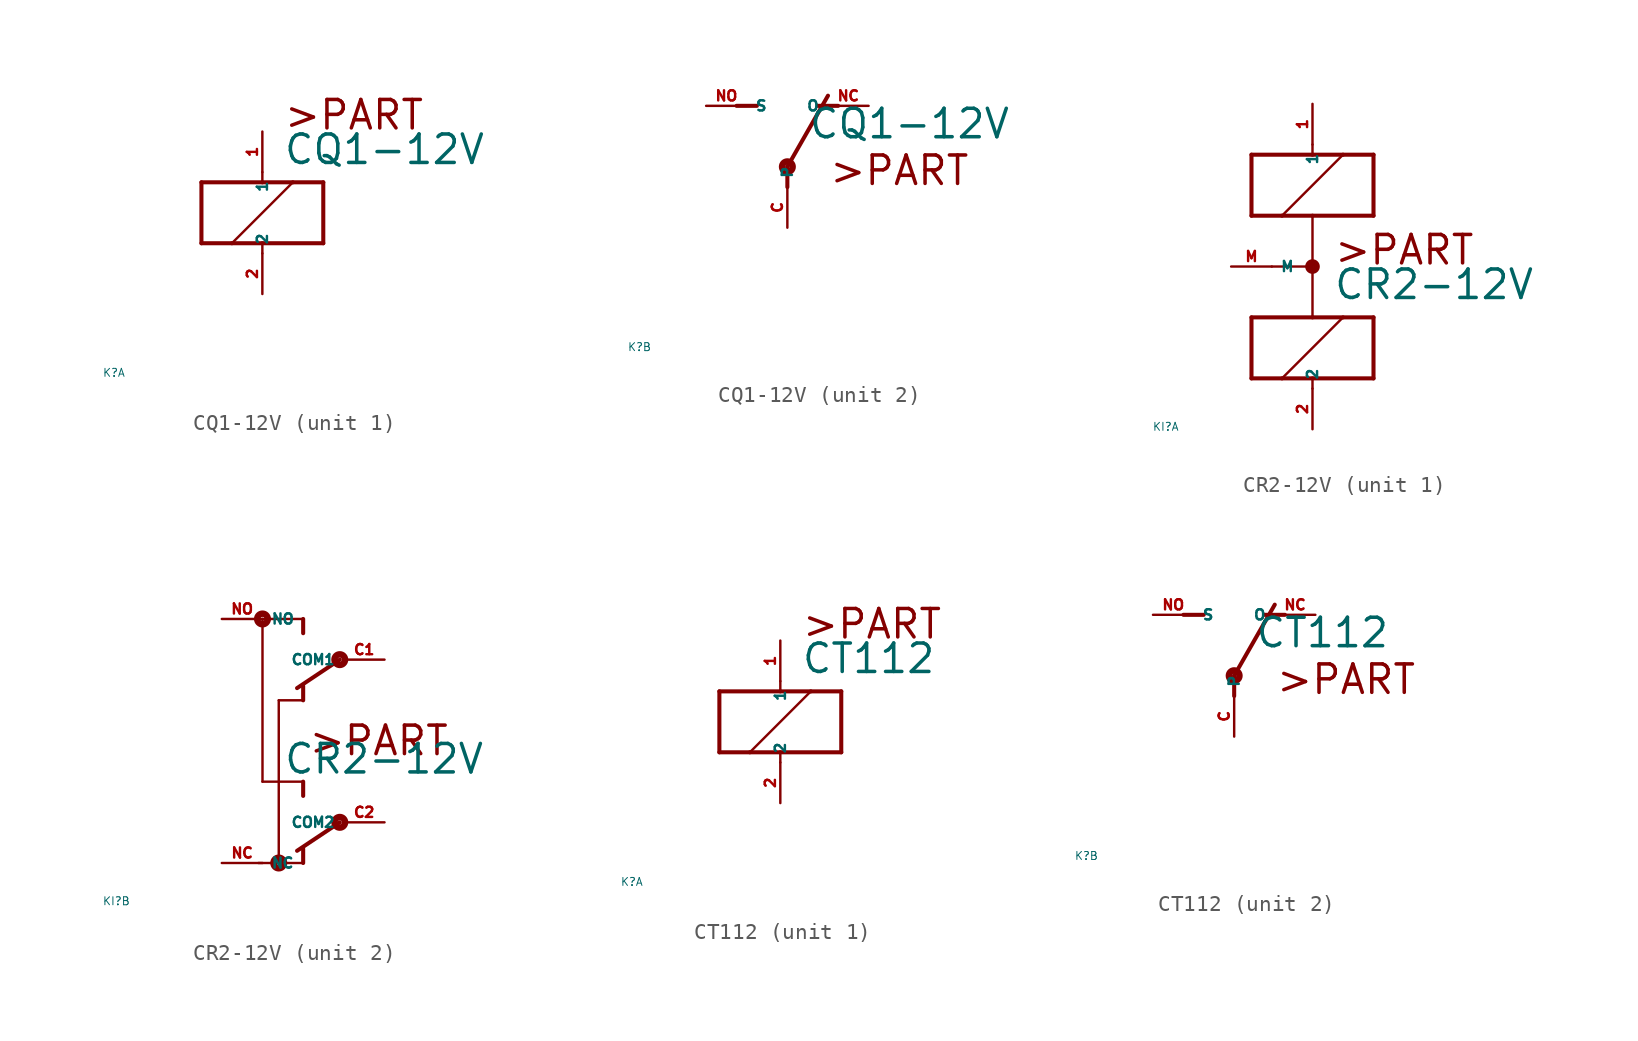
<source format=kicad_sym>
(kicad_symbol_lib
  (version 20220914)
  (generator Eagle2Kicad)
  (symbol "CQ1-12V"
    (property "Reference" "K"
      (at -10 -10 0)
      (effects (font (size 0.5 0.5) (thickness 0.06)) (justify left)))
    (property "Value" "CQ1-12V"
      (at 1.27 2.921 0)
      (effects (font (size 1.778 1.778) (thickness 0.22)) (justify left bottom)))
    (symbol "CQ1-12V_1_0"
      (polyline (pts (xy -3.81 -1.905) (xy -1.905 -1.905)) (stroke (width 0.254) (type default)) (fill (type none)))
      (polyline (pts (xy 3.81 -1.905) (xy 3.81 1.905)) (stroke (width 0.254) (type default)) (fill (type none)))
      (polyline (pts (xy 3.81 1.905) (xy 1.905 1.905)) (stroke (width 0.254) (type default)) (fill (type none)))
      (polyline (pts (xy -3.81 1.905) (xy -3.81 -1.905)) (stroke (width 0.254) (type default)) (fill (type none)))
      (polyline (pts (xy 0 -2.54) (xy 0 -1.905)) (stroke (width 0.152) (type default)) (fill (type none)))
      (polyline (pts (xy 0 -1.905) (xy 3.81 -1.905)) (stroke (width 0.254) (type default)) (fill (type none)))
      (polyline (pts (xy 0 2.54) (xy 0 1.905)) (stroke (width 0.152) (type default)) (fill (type none)))
      (polyline (pts (xy 0 1.905) (xy -3.81 1.905)) (stroke (width 0.254) (type default)) (fill (type none)))
      (polyline (pts (xy -1.905 -1.905) (xy 1.905 1.905)) (stroke (width 0.152) (type default)) (fill (type none)))
      (polyline (pts (xy -1.905 -1.905) (xy 0 -1.905)) (stroke (width 0.254) (type default)) (fill (type none)))
      (polyline (pts (xy 1.905 1.905) (xy 0 1.905)) (stroke (width 0.254) (type default)) (fill (type none)))
      (text ">PART" (at 1.27 5.08 0) (effects (font (size 1.778 1.778) (thickness 0.22)) (justify left bottom)))
      (pin passive line (at 0 -5.08 90) (length 2.54) (name "2" (effects (font (size 0.635 0.635) (thickness 0.08)) (justify left bottom))) (number "2" (effects (font (size 0.635 0.635) (thickness 0.08)) (justify left bottom))))
      (pin passive line (at 0 5.08 270) (length 2.54) (name "1" (effects (font (size 0.635 0.635) (thickness 0.08)) (justify left bottom))) (number "1" (effects (font (size 0.635 0.635) (thickness 0.08)) (justify left bottom)))))
    (symbol "CQ1-12V_2_0"
      (polyline (pts (xy 3.175 5.08) (xy 1.905 5.08)) (stroke (width 0.254) (type default)) (fill (type none)))
      (polyline (pts (xy -3.175 5.08) (xy -1.905 5.08)) (stroke (width 0.254) (type default)) (fill (type none)))
      (polyline (pts (xy 0 1.27) (xy 2.54 5.715)) (stroke (width 0.254) (type default)) (fill (type none)))
      (polyline (pts (xy 0 1.27) (xy 0 0)) (stroke (width 0.254) (type default)) (fill (type none)))
      (text ">PART" (at 2.54 0 0) (effects (font (size 1.778 1.778) (thickness 0.22)) (justify left bottom)))
      (circle (center 0 1.27) (radius 0.127) (stroke (width 0.406) (type default)) (fill (type none)))
      (pin passive line (at 5.08 5.08 180) (length 2.54) (name "O" (effects (font (size 0.635 0.635) (thickness 0.08)) (justify left bottom))) (number "NC" (effects (font (size 0.635 0.635) (thickness 0.08)) (justify left bottom))))
      (pin passive line (at -5.08 5.08 0) (length 2.54) (name "S" (effects (font (size 0.635 0.635) (thickness 0.08)) (justify left bottom))) (number "NO" (effects (font (size 0.635 0.635) (thickness 0.08)) (justify left bottom))))
      (pin passive line (at 0 -2.54 90) (length 2.54) (name "P" (effects (font (size 0.635 0.635) (thickness 0.08)) (justify left bottom))) (number "C" (effects (font (size 0.635 0.635) (thickness 0.08)) (justify left bottom))))))
  (symbol "CR2-12V"
    (property "Reference" "KI"
      (at -10 -10 0)
      (effects (font (size 0.5 0.5) (thickness 0.06)) (justify left)))
    (property "Value" "CR2-12V"
      (at 1.27 -2.159 0)
      (effects (font (size 1.778 1.778) (thickness 0.22)) (justify left bottom)))
    (symbol "CR2-12V_1_0"
      (polyline (pts (xy -3.81 3.175) (xy -1.905 3.175)) (stroke (width 0.254) (type default)) (fill (type none)))
      (polyline (pts (xy 3.81 3.175) (xy 3.81 6.985)) (stroke (width 0.254) (type default)) (fill (type none)))
      (polyline (pts (xy 3.81 6.985) (xy 1.905 6.985)) (stroke (width 0.254) (type default)) (fill (type none)))
      (polyline (pts (xy -3.81 6.985) (xy -3.81 3.175)) (stroke (width 0.254) (type default)) (fill (type none)))
      (polyline (pts (xy 0 3.175) (xy 3.81 3.175)) (stroke (width 0.254) (type default)) (fill (type none)))
      (polyline (pts (xy 0 7.62) (xy 0 6.985)) (stroke (width 0.152) (type default)) (fill (type none)))
      (polyline (pts (xy 0 6.985) (xy -3.81 6.985)) (stroke (width 0.254) (type default)) (fill (type none)))
      (polyline (pts (xy -1.905 3.175) (xy 1.905 6.985)) (stroke (width 0.152) (type default)) (fill (type none)))
      (polyline (pts (xy -1.905 3.175) (xy 0 3.175)) (stroke (width 0.254) (type default)) (fill (type none)))
      (polyline (pts (xy 1.905 6.985) (xy 0 6.985)) (stroke (width 0.254) (type default)) (fill (type none)))
      (polyline (pts (xy -3.81 -6.985) (xy -1.905 -6.985)) (stroke (width 0.254) (type default)) (fill (type none)))
      (polyline (pts (xy 3.81 -6.985) (xy 3.81 -3.175)) (stroke (width 0.254) (type default)) (fill (type none)))
      (polyline (pts (xy 3.81 -3.175) (xy 1.905 -3.175)) (stroke (width 0.254) (type default)) (fill (type none)))
      (polyline (pts (xy -3.81 -3.175) (xy -3.81 -6.985)) (stroke (width 0.254) (type default)) (fill (type none)))
      (polyline (pts (xy 0 -7.62) (xy 0 -6.985)) (stroke (width 0.152) (type default)) (fill (type none)))
      (polyline (pts (xy 0 -6.985) (xy 3.81 -6.985)) (stroke (width 0.254) (type default)) (fill (type none)))
      (polyline (pts (xy 0 -3.175) (xy -3.81 -3.175)) (stroke (width 0.254) (type default)) (fill (type none)))
      (polyline (pts (xy -1.905 -6.985) (xy 1.905 -3.175)) (stroke (width 0.152) (type default)) (fill (type none)))
      (polyline (pts (xy -1.905 -6.985) (xy 0 -6.985)) (stroke (width 0.254) (type default)) (fill (type none)))
      (polyline (pts (xy 1.905 -3.175) (xy 0 -3.175)) (stroke (width 0.254) (type default)) (fill (type none)))
      (polyline (pts (xy -2.54 0) (xy 0 0)) (stroke (width 0.152) (type default)) (fill (type none)))
      (polyline (pts (xy 0 0) (xy 0 3.175)) (stroke (width 0.152) (type default)) (fill (type none)))
      (polyline (pts (xy 0 0) (xy 0 -3.175)) (stroke (width 0.152) (type default)) (fill (type none)))
      (text ">PART" (at 1.27 0 0) (effects (font (size 1.778 1.778) (thickness 0.22)) (justify left bottom)))
      (circle (center 0 0) (radius 0.254) (stroke (width 0.406) (type default)) (fill (type none)))
      (pin passive line (at -5.08 0 0) (length 2.54) (name "M" (effects (font (size 0.635 0.635) (thickness 0.08)) (justify left bottom))) (number "M" (effects (font (size 0.635 0.635) (thickness 0.08)) (justify left bottom))))
      (pin passive line (at 0 10.16 270) (length 2.54) (name "1" (effects (font (size 0.635 0.635) (thickness 0.08)) (justify left bottom))) (number "1" (effects (font (size 0.635 0.635) (thickness 0.08)) (justify left bottom))))
      (pin passive line (at 0 -10.16 90) (length 2.54) (name "2" (effects (font (size 0.635 0.635) (thickness 0.08)) (justify left bottom))) (number "2" (effects (font (size 0.635 0.635) (thickness 0.08)) (justify left bottom)))))
    (symbol "CR2-12V_2_0"
      (polyline (pts (xy 2.54 2.54) (xy 2.54 3.429)) (stroke (width 0.254) (type default)) (fill (type none)))
      (polyline (pts (xy 4.826 -5.08) (xy 2.159 -6.858)) (stroke (width 0.254) (type default)) (fill (type none)))
      (polyline (pts (xy 4.826 5.08) (xy 2.159 3.302)) (stroke (width 0.254) (type default)) (fill (type none)))
      (polyline (pts (xy 2.54 -7.62) (xy 1.016 -7.62)) (stroke (width 0.152) (type default)) (fill (type none)))
      (polyline (pts (xy 1.016 -7.62) (xy 1.016 2.54)) (stroke (width 0.152) (type default)) (fill (type none)))
      (polyline (pts (xy 1.016 2.54) (xy 2.54 2.54)) (stroke (width 0.152) (type default)) (fill (type none)))
      (polyline (pts (xy 2.54 -7.62) (xy 2.54 -6.731)) (stroke (width 0.254) (type default)) (fill (type none)))
      (polyline (pts (xy 2.54 -2.54) (xy 2.54 -3.429)) (stroke (width 0.254) (type default)) (fill (type none)))
      (polyline (pts (xy 2.54 7.62) (xy 0 7.62)) (stroke (width 0.152) (type default)) (fill (type none)))
      (polyline (pts (xy 0 7.62) (xy 0 -2.54)) (stroke (width 0.152) (type default)) (fill (type none)))
      (polyline (pts (xy 0 -2.54) (xy 2.54 -2.54)) (stroke (width 0.152) (type default)) (fill (type none)))
      (polyline (pts (xy 2.54 7.62) (xy 2.54 6.731)) (stroke (width 0.254) (type default)) (fill (type none)))
      (polyline (pts (xy 1.016 -7.62) (xy -0.254 -7.62)) (stroke (width 0.152) (type default)) (fill (type none)))
      (text ">PART" (at 2.794 -1.016 0) (effects (font (size 1.778 1.778) (thickness 0.22)) (justify left bottom)))
      (circle (center 4.826 -5.08) (radius 0.127) (stroke (width 0.406) (type default)) (fill (type none)))
      (circle (center 4.826 5.08) (radius 0.127) (stroke (width 0.406) (type default)) (fill (type none)))
      (circle (center 0 7.62) (radius 0.127) (stroke (width 0.406) (type default)) (fill (type none)))
      (circle (center 1.016 -7.62) (radius 0.127) (stroke (width 0.406) (type default)) (fill (type none)))
      (pin passive line (at -2.54 -7.62 0) (length 2.54) (name "NC" (effects (font (size 0.635 0.635) (thickness 0.08)) (justify left bottom))) (number "NC" (effects (font (size 0.635 0.635) (thickness 0.08)) (justify left bottom))))
      (pin passive line (at -2.54 7.62 0) (length 2.54) (name "NO" (effects (font (size 0.635 0.635) (thickness 0.08)) (justify left bottom))) (number "NO" (effects (font (size 0.635 0.635) (thickness 0.08)) (justify left bottom))))
      (pin passive line (at 7.62 5.08 180) (length 2.54) (name "COM1" (effects (font (size 0.635 0.635) (thickness 0.08)) (justify left bottom))) (number "C1" (effects (font (size 0.635 0.635) (thickness 0.08)) (justify left bottom))))
      (pin passive line (at 7.62 -5.08 180) (length 2.54) (name "COM2" (effects (font (size 0.635 0.635) (thickness 0.08)) (justify left bottom))) (number "C2" (effects (font (size 0.635 0.635) (thickness 0.08)) (justify left bottom))))))
  (symbol "CT112"
    (property "Reference" "K"
      (at -10 -10 0)
      (effects (font (size 0.5 0.5) (thickness 0.06)) (justify left)))
    (property "Value" "CT112"
      (at 1.27 2.921 0)
      (effects (font (size 1.778 1.778) (thickness 0.22)) (justify left bottom)))
    (symbol "CT112_1_0"
      (polyline (pts (xy -3.81 -1.905) (xy -1.905 -1.905)) (stroke (width 0.254) (type default)) (fill (type none)))
      (polyline (pts (xy 3.81 -1.905) (xy 3.81 1.905)) (stroke (width 0.254) (type default)) (fill (type none)))
      (polyline (pts (xy 3.81 1.905) (xy 1.905 1.905)) (stroke (width 0.254) (type default)) (fill (type none)))
      (polyline (pts (xy -3.81 1.905) (xy -3.81 -1.905)) (stroke (width 0.254) (type default)) (fill (type none)))
      (polyline (pts (xy 0 -2.54) (xy 0 -1.905)) (stroke (width 0.152) (type default)) (fill (type none)))
      (polyline (pts (xy 0 -1.905) (xy 3.81 -1.905)) (stroke (width 0.254) (type default)) (fill (type none)))
      (polyline (pts (xy 0 2.54) (xy 0 1.905)) (stroke (width 0.152) (type default)) (fill (type none)))
      (polyline (pts (xy 0 1.905) (xy -3.81 1.905)) (stroke (width 0.254) (type default)) (fill (type none)))
      (polyline (pts (xy -1.905 -1.905) (xy 1.905 1.905)) (stroke (width 0.152) (type default)) (fill (type none)))
      (polyline (pts (xy -1.905 -1.905) (xy 0 -1.905)) (stroke (width 0.254) (type default)) (fill (type none)))
      (polyline (pts (xy 1.905 1.905) (xy 0 1.905)) (stroke (width 0.254) (type default)) (fill (type none)))
      (text ">PART" (at 1.27 5.08 0) (effects (font (size 1.778 1.778) (thickness 0.22)) (justify left bottom)))
      (pin passive line (at 0 -5.08 90) (length 2.54) (name "2" (effects (font (size 0.635 0.635) (thickness 0.08)) (justify left bottom))) (number "2" (effects (font (size 0.635 0.635) (thickness 0.08)) (justify left bottom))))
      (pin passive line (at 0 5.08 270) (length 2.54) (name "1" (effects (font (size 0.635 0.635) (thickness 0.08)) (justify left bottom))) (number "1" (effects (font (size 0.635 0.635) (thickness 0.08)) (justify left bottom)))))
    (symbol "CT112_2_0"
      (polyline (pts (xy 3.175 5.08) (xy 1.905 5.08)) (stroke (width 0.254) (type default)) (fill (type none)))
      (polyline (pts (xy -3.175 5.08) (xy -1.905 5.08)) (stroke (width 0.254) (type default)) (fill (type none)))
      (polyline (pts (xy 0 1.27) (xy 2.54 5.715)) (stroke (width 0.254) (type default)) (fill (type none)))
      (polyline (pts (xy 0 1.27) (xy 0 0)) (stroke (width 0.254) (type default)) (fill (type none)))
      (text ">PART" (at 2.54 0 0) (effects (font (size 1.778 1.778) (thickness 0.22)) (justify left bottom)))
      (circle (center 0 1.27) (radius 0.127) (stroke (width 0.406) (type default)) (fill (type none)))
      (pin passive line (at 5.08 5.08 180) (length 2.54) (name "O" (effects (font (size 0.635 0.635) (thickness 0.08)) (justify left bottom))) (number "NC" (effects (font (size 0.635 0.635) (thickness 0.08)) (justify left bottom))))
      (pin passive line (at -5.08 5.08 0) (length 2.54) (name "S" (effects (font (size 0.635 0.635) (thickness 0.08)) (justify left bottom))) (number "NO" (effects (font (size 0.635 0.635) (thickness 0.08)) (justify left bottom))))
      (pin passive line (at 0 -2.54 90) (length 2.54) (name "P" (effects (font (size 0.635 0.635) (thickness 0.08)) (justify left bottom))) (number "C" (effects (font (size 0.635 0.635) (thickness 0.08)) (justify left bottom)))))))
</source>
